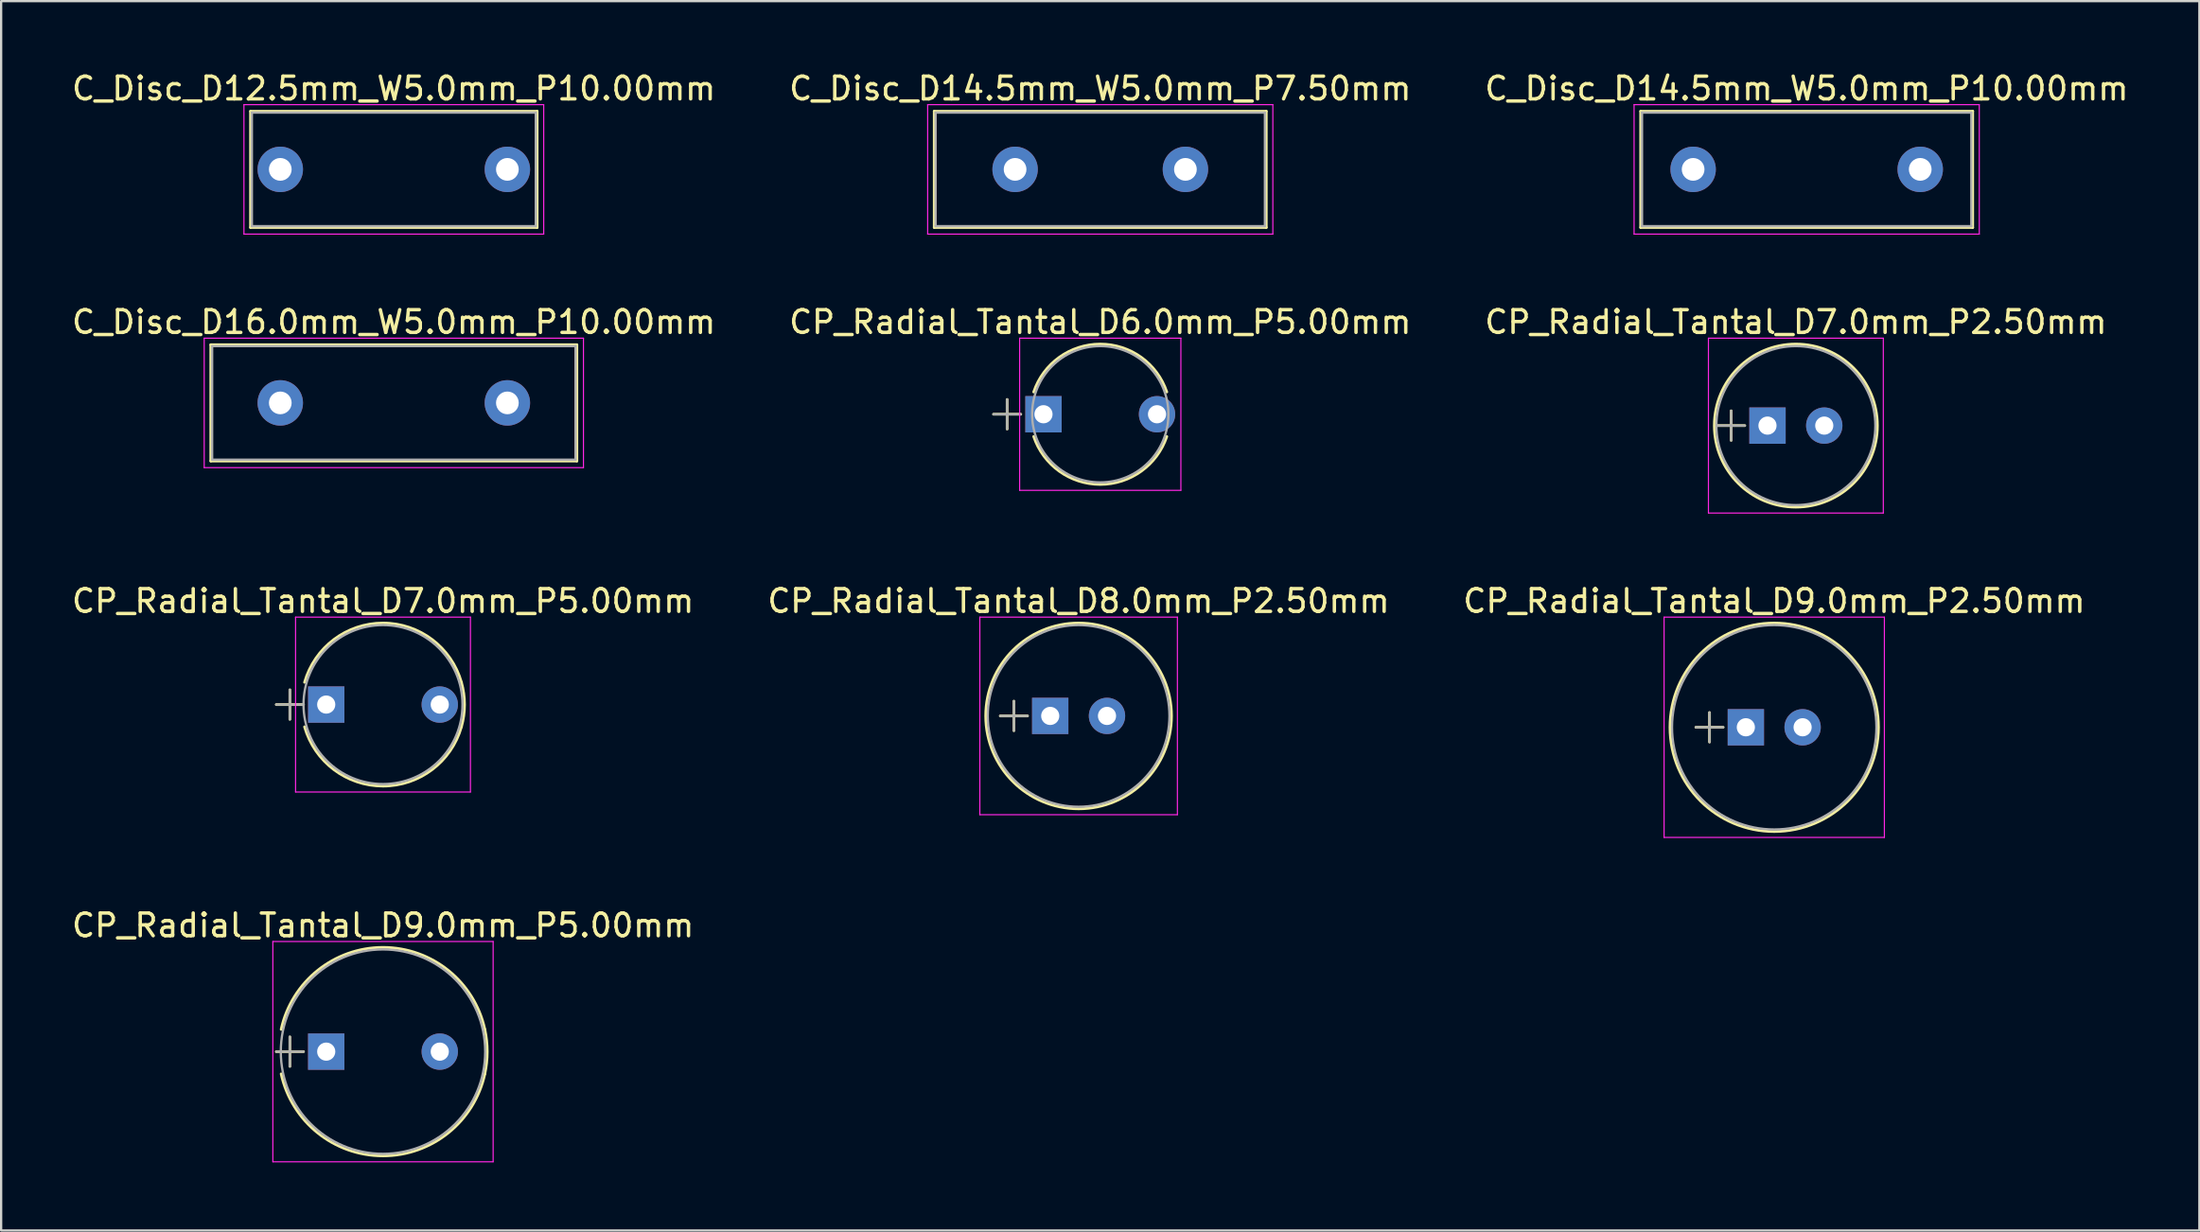
<source format=kicad_pcb>
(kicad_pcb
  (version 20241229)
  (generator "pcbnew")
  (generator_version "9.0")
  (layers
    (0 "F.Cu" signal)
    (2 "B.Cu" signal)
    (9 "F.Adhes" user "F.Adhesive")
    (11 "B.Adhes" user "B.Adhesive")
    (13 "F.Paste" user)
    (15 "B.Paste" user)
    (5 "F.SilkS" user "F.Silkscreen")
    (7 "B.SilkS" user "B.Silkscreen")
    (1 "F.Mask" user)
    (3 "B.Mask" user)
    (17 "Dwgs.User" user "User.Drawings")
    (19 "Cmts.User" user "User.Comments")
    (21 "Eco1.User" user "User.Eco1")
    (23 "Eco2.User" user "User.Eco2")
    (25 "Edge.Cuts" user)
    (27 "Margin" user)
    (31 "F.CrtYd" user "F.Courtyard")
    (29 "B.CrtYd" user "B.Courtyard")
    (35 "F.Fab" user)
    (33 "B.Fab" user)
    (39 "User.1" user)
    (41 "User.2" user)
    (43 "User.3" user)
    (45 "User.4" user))
  (footprint "CP_Radial_Tantal_D6.0mm_P5.00mm"
    (layer "F.Cu")
    (at 42.899 15.191)
    (property "Reference" "CP_Radial_Tantal_D6.0mm_P5.00mm" (at 2.5 -4.06 0) (layer "F.SilkS") (effects (font (size 1 1) (thickness 0.15))))
    (attr through_hole)
    (fp_line (start -2.2 0) (end -1 0) (stroke (width 0.12) (type solid)) (layer "F.SilkS"))
    (fp_line (start -1.6 -0.65) (end -1.6 0.65) (stroke (width 0.12) (type solid)) (layer "F.SilkS"))
    (fp_arc (start -0.430478 -0.98) (mid 2.499503 -3.09) (end 5.430163 -0.980943) (stroke (width 0.12) (type solid)) (layer "F.SilkS"))
    (fp_arc (start 5.430163 0.980943) (mid 2.499503 3.090001) (end -0.430478 0.98) (stroke (width 0.12) (type solid)) (layer "F.SilkS"))
    (fp_line (start -1.05 -3.35) (end -1.05 3.35) (stroke (width 0.05) (type solid)) (layer "F.CrtYd"))
    (fp_line (start -1.05 3.35) (end 6.05 3.35) (stroke (width 0.05) (type solid)) (layer "F.CrtYd"))
    (fp_line (start 6.05 -3.35) (end -1.05 -3.35) (stroke (width 0.05) (type solid)) (layer "F.CrtYd"))
    (fp_line (start 6.05 3.35) (end 6.05 -3.35) (stroke (width 0.05) (type solid)) (layer "F.CrtYd"))
    (fp_line (start -2.2 0) (end -1 0) (stroke (width 0.1) (type solid)) (layer "F.Fab"))
    (fp_line (start -1.6 -0.65) (end -1.6 0.65) (stroke (width 0.1) (type solid)) (layer "F.Fab"))
    (fp_circle (center 2.5 0) (end 5.5 0) (stroke (width 0.1) (type solid)) (fill no) (layer "F.Fab"))
    (pad "1" thru_hole rect (at 0 0) (size 1.6 1.6) (drill 0.8) (layers "*.Cu" "*.Mask"))
    (pad "2" thru_hole circle (at 5 0) (size 1.6 1.6) (drill 0.8) (layers "*.Cu" "*.Mask")))
  (footprint "C_Disc_D14.5mm_W5.0mm_P7.50mm"
    (layer "F.Cu")
    (at 41.649 4.408)
    (property "Reference" "C_Disc_D14.5mm_W5.0mm_P7.50mm" (at 3.75 -3.56 0) (layer "F.SilkS") (effects (font (size 1 1) (thickness 0.15))))
    (attr through_hole)
    (fp_line (start -3.56 -2.56) (end -3.56 2.56) (stroke (width 0.12) (type solid)) (layer "F.SilkS"))
    (fp_line (start -3.56 -2.56) (end 11.06 -2.56) (stroke (width 0.12) (type solid)) (layer "F.SilkS"))
    (fp_line (start -3.56 2.56) (end 11.06 2.56) (stroke (width 0.12) (type solid)) (layer "F.SilkS"))
    (fp_line (start 11.06 -2.56) (end 11.06 2.56) (stroke (width 0.12) (type solid)) (layer "F.SilkS"))
    (fp_line (start -3.85 -2.85) (end -3.85 2.85) (stroke (width 0.05) (type solid)) (layer "F.CrtYd"))
    (fp_line (start -3.85 2.85) (end 11.35 2.85) (stroke (width 0.05) (type solid)) (layer "F.CrtYd"))
    (fp_line (start 11.35 -2.85) (end -3.85 -2.85) (stroke (width 0.05) (type solid)) (layer "F.CrtYd"))
    (fp_line (start 11.35 2.85) (end 11.35 -2.85) (stroke (width 0.05) (type solid)) (layer "F.CrtYd"))
    (fp_line (start -3.5 -2.5) (end -3.5 2.5) (stroke (width 0.1) (type solid)) (layer "F.Fab"))
    (fp_line (start -3.5 2.5) (end 11 2.5) (stroke (width 0.1) (type solid)) (layer "F.Fab"))
    (fp_line (start 11 -2.5) (end -3.5 -2.5) (stroke (width 0.1) (type solid)) (layer "F.Fab"))
    (fp_line (start 11 2.5) (end 11 -2.5) (stroke (width 0.1) (type solid)) (layer "F.Fab"))
    (pad "1" thru_hole circle (at 0 0) (size 2 2) (drill 1) (layers "*.Cu" "*.Mask"))
    (pad "2" thru_hole circle (at 7.5 0) (size 2 2) (drill 1) (layers "*.Cu" "*.Mask")))
  (footprint "CP_Radial_Tantal_D7.0mm_P5.00mm"
    (layer "F.Cu")
    (at 11.315 27.975)
    (property "Reference" "CP_Radial_Tantal_D7.0mm_P5.00mm" (at 2.5 -4.56 0) (layer "F.SilkS") (effects (font (size 1 1) (thickness 0.15))))
    (attr through_hole)
    (fp_line (start -2.2 0) (end -1 0) (stroke (width 0.12) (type solid)) (layer "F.SilkS"))
    (fp_line (start -1.6 -0.65) (end -1.6 0.65) (stroke (width 0.12) (type solid)) (layer "F.SilkS"))
    (fp_arc (start -0.95365 -0.98) (mid 2.49948 -3.59) (end 5.953366 -0.981) (stroke (width 0.12) (type solid)) (layer "F.SilkS"))
    (fp_arc (start 5.953366 0.981) (mid 2.49948 3.59) (end -0.95365 0.98) (stroke (width 0.12) (type solid)) (layer "F.SilkS"))
    (fp_arc (start 5.95365 -0.98) (mid 6.09 0.00052) (end 5.953366 0.981) (stroke (width 0.12) (type solid)) (layer "F.SilkS"))
    (fp_line (start -1.35 -3.85) (end -1.35 3.85) (stroke (width 0.05) (type solid)) (layer "F.CrtYd"))
    (fp_line (start -1.35 3.85) (end 6.35 3.85) (stroke (width 0.05) (type solid)) (layer "F.CrtYd"))
    (fp_line (start 6.35 -3.85) (end -1.35 -3.85) (stroke (width 0.05) (type solid)) (layer "F.CrtYd"))
    (fp_line (start 6.35 3.85) (end 6.35 -3.85) (stroke (width 0.05) (type solid)) (layer "F.CrtYd"))
    (fp_line (start -2.2 0) (end -1 0) (stroke (width 0.1) (type solid)) (layer "F.Fab"))
    (fp_line (start -1.6 -0.65) (end -1.6 0.65) (stroke (width 0.1) (type solid)) (layer "F.Fab"))
    (fp_circle (center 2.5 0) (end 6 0) (stroke (width 0.1) (type solid)) (fill no) (layer "F.Fab"))
    (pad "1" thru_hole rect (at 0 0) (size 1.6 1.6) (drill 0.8) (layers "*.Cu" "*.Mask"))
    (pad "2" thru_hole circle (at 5 0) (size 1.6 1.6) (drill 0.8) (layers "*.Cu" "*.Mask")))
  (footprint "CP_Radial_Tantal_D9.0mm_P5.00mm"
    (layer "F.Cu")
    (at 11.315 43.258)
    (property "Reference" "CP_Radial_Tantal_D9.0mm_P5.00mm" (at 2.5 -5.56 0) (layer "F.SilkS") (effects (font (size 1 1) (thickness 0.15))))
    (attr through_hole)
    (fp_line (start -2.2 0) (end -1 0) (stroke (width 0.12) (type solid)) (layer "F.SilkS"))
    (fp_line (start -1.6 -0.65) (end -1.6 0.65) (stroke (width 0.12) (type solid)) (layer "F.SilkS"))
    (fp_arc (start -1.984161 -0.98) (mid 2.498237 -4.59) (end 6.983407 -0.983445) (stroke (width 0.12) (type solid)) (layer "F.SilkS"))
    (fp_arc (start 6.983407 0.983445) (mid 2.498237 4.59) (end -1.984161 0.98) (stroke (width 0.12) (type solid)) (layer "F.SilkS"))
    (fp_arc (start 6.984161 -0.98) (mid 7.09 0.001763) (end 6.983407 0.983445) (stroke (width 0.12) (type solid)) (layer "F.SilkS"))
    (fp_line (start -2.35 -4.85) (end -2.35 4.85) (stroke (width 0.05) (type solid)) (layer "F.CrtYd"))
    (fp_line (start -2.35 4.85) (end 7.35 4.85) (stroke (width 0.05) (type solid)) (layer "F.CrtYd"))
    (fp_line (start 7.35 -4.85) (end -2.35 -4.85) (stroke (width 0.05) (type solid)) (layer "F.CrtYd"))
    (fp_line (start 7.35 4.85) (end 7.35 -4.85) (stroke (width 0.05) (type solid)) (layer "F.CrtYd"))
    (fp_line (start -2.2 0) (end -1 0) (stroke (width 0.1) (type solid)) (layer "F.Fab"))
    (fp_line (start -1.6 -0.65) (end -1.6 0.65) (stroke (width 0.1) (type solid)) (layer "F.Fab"))
    (fp_circle (center 2.5 0) (end 7 0) (stroke (width 0.1) (type solid)) (fill no) (layer "F.Fab"))
    (pad "1" thru_hole rect (at 0 0) (size 1.6 1.6) (drill 0.8) (layers "*.Cu" "*.Mask"))
    (pad "2" thru_hole circle (at 5 0) (size 1.6 1.6) (drill 0.8) (layers "*.Cu" "*.Mask")))
  (footprint "CP_Radial_Tantal_D9.0mm_P2.50mm"
    (layer "F.Cu")
    (at 73.827 28.975)
    (property "Reference" "CP_Radial_Tantal_D9.0mm_P2.50mm" (at 1.25 -5.56 0) (layer "F.SilkS") (effects (font (size 1 1) (thickness 0.15))))
    (attr through_hole)
    (fp_line (start -2.2 0) (end -1 0) (stroke (width 0.12) (type solid)) (layer "F.SilkS"))
    (fp_line (start -1.6 -0.65) (end -1.6 0.65) (stroke (width 0.12) (type solid)) (layer "F.SilkS"))
    (fp_circle (center 1.25 0) (end 5.84 0) (stroke (width 0.12) (type solid)) (fill no) (layer "F.SilkS"))
    (fp_line (start -3.6 -4.85) (end -3.6 4.85) (stroke (width 0.05) (type solid)) (layer "F.CrtYd"))
    (fp_line (start -3.6 4.85) (end 6.1 4.85) (stroke (width 0.05) (type solid)) (layer "F.CrtYd"))
    (fp_line (start 6.1 -4.85) (end -3.6 -4.85) (stroke (width 0.05) (type solid)) (layer "F.CrtYd"))
    (fp_line (start 6.1 4.85) (end 6.1 -4.85) (stroke (width 0.05) (type solid)) (layer "F.CrtYd"))
    (fp_line (start -2.2 0) (end -1 0) (stroke (width 0.1) (type solid)) (layer "F.Fab"))
    (fp_line (start -1.6 -0.65) (end -1.6 0.65) (stroke (width 0.1) (type solid)) (layer "F.Fab"))
    (fp_circle (center 1.25 0) (end 5.75 0) (stroke (width 0.1) (type solid)) (fill no) (layer "F.Fab"))
    (pad "1" thru_hole rect (at 0 0) (size 1.6 1.6) (drill 0.8) (layers "*.Cu" "*.Mask"))
    (pad "2" thru_hole circle (at 2.5 0) (size 1.6 1.6) (drill 0.8) (layers "*.Cu" "*.Mask")))
  (footprint "CP_Radial_Tantal_D8.0mm_P2.50mm"
    (layer "F.Cu")
    (at 43.196 28.475)
    (property "Reference" "CP_Radial_Tantal_D8.0mm_P2.50mm" (at 1.25 -5.06 0) (layer "F.SilkS") (effects (font (size 1 1) (thickness 0.15))))
    (attr through_hole)
    (fp_line (start -2.2 0) (end -1 0) (stroke (width 0.12) (type solid)) (layer "F.SilkS"))
    (fp_line (start -1.6 -0.65) (end -1.6 0.65) (stroke (width 0.12) (type solid)) (layer "F.SilkS"))
    (fp_circle (center 1.25 0) (end 5.34 0) (stroke (width 0.12) (type solid)) (fill no) (layer "F.SilkS"))
    (fp_line (start -3.1 -4.35) (end -3.1 4.35) (stroke (width 0.05) (type solid)) (layer "F.CrtYd"))
    (fp_line (start -3.1 4.35) (end 5.6 4.35) (stroke (width 0.05) (type solid)) (layer "F.CrtYd"))
    (fp_line (start 5.6 -4.35) (end -3.1 -4.35) (stroke (width 0.05) (type solid)) (layer "F.CrtYd"))
    (fp_line (start 5.6 4.35) (end 5.6 -4.35) (stroke (width 0.05) (type solid)) (layer "F.CrtYd"))
    (fp_line (start -2.2 0) (end -1 0) (stroke (width 0.1) (type solid)) (layer "F.Fab"))
    (fp_line (start -1.6 -0.65) (end -1.6 0.65) (stroke (width 0.1) (type solid)) (layer "F.Fab"))
    (fp_circle (center 1.25 0) (end 5.25 0) (stroke (width 0.1) (type solid)) (fill no) (layer "F.Fab"))
    (pad "1" thru_hole rect (at 0 0) (size 1.6 1.6) (drill 0.8) (layers "*.Cu" "*.Mask"))
    (pad "2" thru_hole circle (at 2.5 0) (size 1.6 1.6) (drill 0.8) (layers "*.Cu" "*.Mask")))
  (footprint "C_Disc_D16.0mm_W5.0mm_P10.00mm"
    (layer "F.Cu")
    (at 9.292 14.691)
    (property "Reference" "C_Disc_D16.0mm_W5.0mm_P10.00mm" (at 5 -3.56 0) (layer "F.SilkS") (effects (font (size 1 1) (thickness 0.15))))
    (attr through_hole)
    (fp_line (start -3.06 -2.56) (end -3.06 2.56) (stroke (width 0.12) (type solid)) (layer "F.SilkS"))
    (fp_line (start -3.06 -2.56) (end 13.06 -2.56) (stroke (width 0.12) (type solid)) (layer "F.SilkS"))
    (fp_line (start -3.06 2.56) (end 13.06 2.56) (stroke (width 0.12) (type solid)) (layer "F.SilkS"))
    (fp_line (start 13.06 -2.56) (end 13.06 2.56) (stroke (width 0.12) (type solid)) (layer "F.SilkS"))
    (fp_line (start -3.35 -2.85) (end -3.35 2.85) (stroke (width 0.05) (type solid)) (layer "F.CrtYd"))
    (fp_line (start -3.35 2.85) (end 13.35 2.85) (stroke (width 0.05) (type solid)) (layer "F.CrtYd"))
    (fp_line (start 13.35 -2.85) (end -3.35 -2.85) (stroke (width 0.05) (type solid)) (layer "F.CrtYd"))
    (fp_line (start 13.35 2.85) (end 13.35 -2.85) (stroke (width 0.05) (type solid)) (layer "F.CrtYd"))
    (fp_line (start -3 -2.5) (end -3 2.5) (stroke (width 0.1) (type solid)) (layer "F.Fab"))
    (fp_line (start -3 2.5) (end 13 2.5) (stroke (width 0.1) (type solid)) (layer "F.Fab"))
    (fp_line (start 13 -2.5) (end -3 -2.5) (stroke (width 0.1) (type solid)) (layer "F.Fab"))
    (fp_line (start 13 2.5) (end 13 -2.5) (stroke (width 0.1) (type solid)) (layer "F.Fab"))
    (pad "1" thru_hole circle (at 0 0) (size 2 2) (drill 1) (layers "*.Cu" "*.Mask"))
    (pad "2" thru_hole circle (at 10 0) (size 2 2) (drill 1) (layers "*.Cu" "*.Mask")))
  (footprint "C_Disc_D12.5mm_W5.0mm_P10.00mm"
    (layer "F.Cu")
    (at 9.292 4.408)
    (property "Reference" "C_Disc_D12.5mm_W5.0mm_P10.00mm" (at 5 -3.56 0) (layer "F.SilkS") (effects (font (size 1 1) (thickness 0.15))))
    (attr through_hole)
    (fp_line (start -1.31 -2.56) (end -1.31 2.56) (stroke (width 0.12) (type solid)) (layer "F.SilkS"))
    (fp_line (start -1.31 -2.56) (end 11.31 -2.56) (stroke (width 0.12) (type solid)) (layer "F.SilkS"))
    (fp_line (start -1.31 2.56) (end 11.31 2.56) (stroke (width 0.12) (type solid)) (layer "F.SilkS"))
    (fp_line (start 11.31 -2.56) (end 11.31 2.56) (stroke (width 0.12) (type solid)) (layer "F.SilkS"))
    (fp_line (start -1.6 -2.85) (end -1.6 2.85) (stroke (width 0.05) (type solid)) (layer "F.CrtYd"))
    (fp_line (start -1.6 2.85) (end 11.6 2.85) (stroke (width 0.05) (type solid)) (layer "F.CrtYd"))
    (fp_line (start 11.6 -2.85) (end -1.6 -2.85) (stroke (width 0.05) (type solid)) (layer "F.CrtYd"))
    (fp_line (start 11.6 2.85) (end 11.6 -2.85) (stroke (width 0.05) (type solid)) (layer "F.CrtYd"))
    (fp_line (start -1.25 -2.5) (end -1.25 2.5) (stroke (width 0.1) (type solid)) (layer "F.Fab"))
    (fp_line (start -1.25 2.5) (end 11.25 2.5) (stroke (width 0.1) (type solid)) (layer "F.Fab"))
    (fp_line (start 11.25 -2.5) (end -1.25 -2.5) (stroke (width 0.1) (type solid)) (layer "F.Fab"))
    (fp_line (start 11.25 2.5) (end 11.25 -2.5) (stroke (width 0.1) (type solid)) (layer "F.Fab"))
    (pad "1" thru_hole circle (at 0 0) (size 2 2) (drill 1) (layers "*.Cu" "*.Mask"))
    (pad "2" thru_hole circle (at 10 0) (size 2 2) (drill 1) (layers "*.Cu" "*.Mask")))
  (footprint "C_Disc_D14.5mm_W5.0mm_P10.00mm"
    (layer "F.Cu")
    (at 71.506 4.408)
    (property "Reference" "C_Disc_D14.5mm_W5.0mm_P10.00mm" (at 5 -3.56 0) (layer "F.SilkS") (effects (font (size 1 1) (thickness 0.15))))
    (attr through_hole)
    (fp_line (start -2.31 -2.56) (end -2.31 2.56) (stroke (width 0.12) (type solid)) (layer "F.SilkS"))
    (fp_line (start -2.31 -2.56) (end 12.31 -2.56) (stroke (width 0.12) (type solid)) (layer "F.SilkS"))
    (fp_line (start -2.31 2.56) (end 12.31 2.56) (stroke (width 0.12) (type solid)) (layer "F.SilkS"))
    (fp_line (start 12.31 -2.56) (end 12.31 2.56) (stroke (width 0.12) (type solid)) (layer "F.SilkS"))
    (fp_line (start -2.6 -2.85) (end -2.6 2.85) (stroke (width 0.05) (type solid)) (layer "F.CrtYd"))
    (fp_line (start -2.6 2.85) (end 12.6 2.85) (stroke (width 0.05) (type solid)) (layer "F.CrtYd"))
    (fp_line (start 12.6 -2.85) (end -2.6 -2.85) (stroke (width 0.05) (type solid)) (layer "F.CrtYd"))
    (fp_line (start 12.6 2.85) (end 12.6 -2.85) (stroke (width 0.05) (type solid)) (layer "F.CrtYd"))
    (fp_line (start -2.25 -2.5) (end -2.25 2.5) (stroke (width 0.1) (type solid)) (layer "F.Fab"))
    (fp_line (start -2.25 2.5) (end 12.25 2.5) (stroke (width 0.1) (type solid)) (layer "F.Fab"))
    (fp_line (start 12.25 -2.5) (end -2.25 -2.5) (stroke (width 0.1) (type solid)) (layer "F.Fab"))
    (fp_line (start 12.25 2.5) (end 12.25 -2.5) (stroke (width 0.1) (type solid)) (layer "F.Fab"))
    (pad "1" thru_hole circle (at 0 0) (size 2 2) (drill 1) (layers "*.Cu" "*.Mask"))
    (pad "2" thru_hole circle (at 10 0) (size 2 2) (drill 1) (layers "*.Cu" "*.Mask")))
  (footprint "CP_Radial_Tantal_D7.0mm_P2.50mm"
    (layer "F.Cu")
    (at 74.78 15.691)
    (property "Reference" "CP_Radial_Tantal_D7.0mm_P2.50mm" (at 1.25 -4.56 0) (layer "F.SilkS") (effects (font (size 1 1) (thickness 0.15))))
    (attr through_hole)
    (fp_line (start -2.2 0) (end -1 0) (stroke (width 0.12) (type solid)) (layer "F.SilkS"))
    (fp_line (start -1.6 -0.65) (end -1.6 0.65) (stroke (width 0.12) (type solid)) (layer "F.SilkS"))
    (fp_circle (center 1.25 0) (end 4.84 0) (stroke (width 0.12) (type solid)) (fill no) (layer "F.SilkS"))
    (fp_line (start -2.6 -3.85) (end -2.6 3.85) (stroke (width 0.05) (type solid)) (layer "F.CrtYd"))
    (fp_line (start -2.6 3.85) (end 5.1 3.85) (stroke (width 0.05) (type solid)) (layer "F.CrtYd"))
    (fp_line (start 5.1 -3.85) (end -2.6 -3.85) (stroke (width 0.05) (type solid)) (layer "F.CrtYd"))
    (fp_line (start 5.1 3.85) (end 5.1 -3.85) (stroke (width 0.05) (type solid)) (layer "F.CrtYd"))
    (fp_line (start -2.2 0) (end -1 0) (stroke (width 0.1) (type solid)) (layer "F.Fab"))
    (fp_line (start -1.6 -0.65) (end -1.6 0.65) (stroke (width 0.1) (type solid)) (layer "F.Fab"))
    (fp_circle (center 1.25 0) (end 4.75 0) (stroke (width 0.1) (type solid)) (fill no) (layer "F.Fab"))
    (pad "1" thru_hole rect (at 0 0) (size 1.6 1.6) (drill 0.8) (layers "*.Cu" "*.Mask"))
    (pad "2" thru_hole circle (at 2.5 0) (size 1.6 1.6) (drill 0.8) (layers "*.Cu" "*.Mask")))
  (gr_rect
    (start -3 -3)
    (end 93.798 51.133)
    (stroke (width 0.1) (type default))
    (fill no)
    (layer "Edge.Cuts")))
</source>
